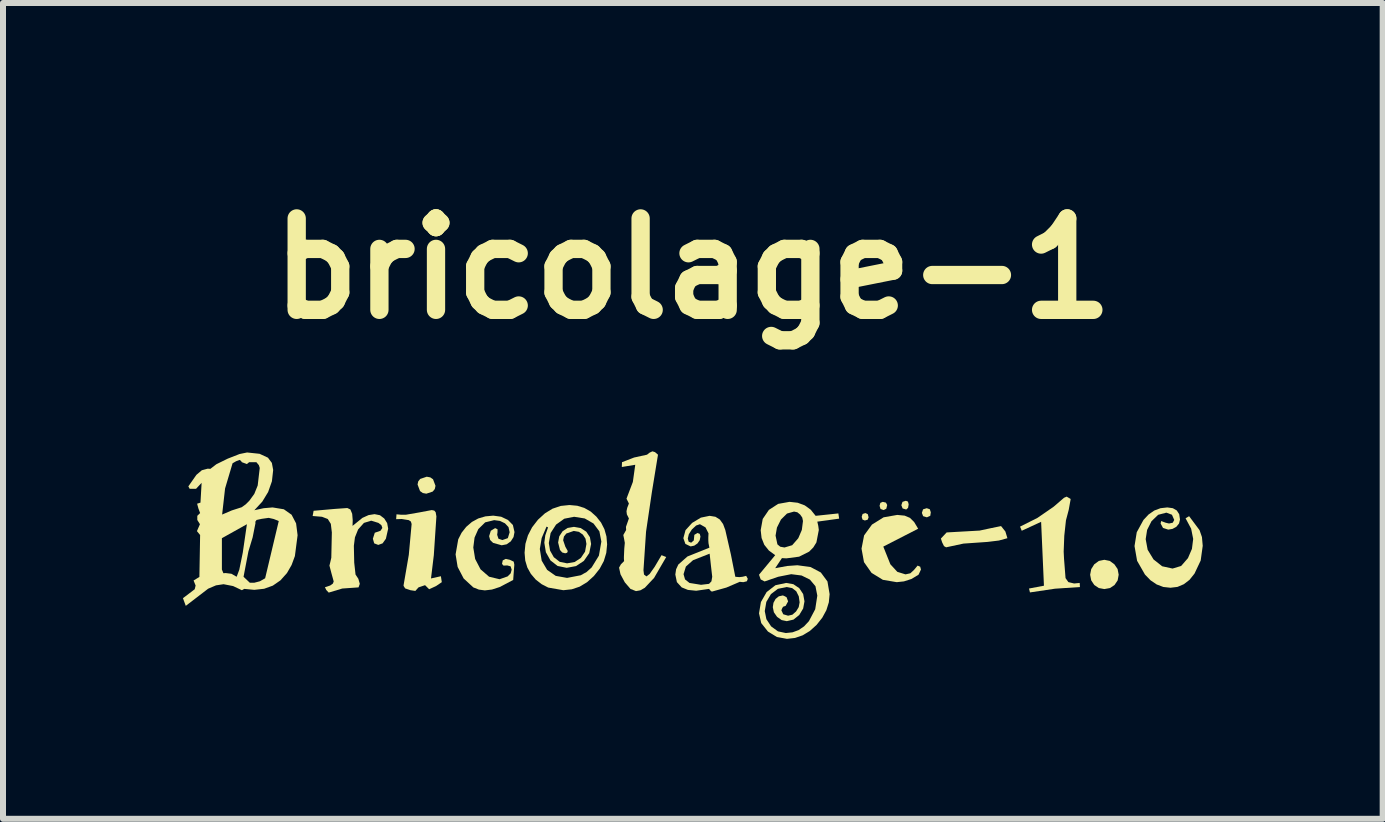
<source format=kicad_pcb>
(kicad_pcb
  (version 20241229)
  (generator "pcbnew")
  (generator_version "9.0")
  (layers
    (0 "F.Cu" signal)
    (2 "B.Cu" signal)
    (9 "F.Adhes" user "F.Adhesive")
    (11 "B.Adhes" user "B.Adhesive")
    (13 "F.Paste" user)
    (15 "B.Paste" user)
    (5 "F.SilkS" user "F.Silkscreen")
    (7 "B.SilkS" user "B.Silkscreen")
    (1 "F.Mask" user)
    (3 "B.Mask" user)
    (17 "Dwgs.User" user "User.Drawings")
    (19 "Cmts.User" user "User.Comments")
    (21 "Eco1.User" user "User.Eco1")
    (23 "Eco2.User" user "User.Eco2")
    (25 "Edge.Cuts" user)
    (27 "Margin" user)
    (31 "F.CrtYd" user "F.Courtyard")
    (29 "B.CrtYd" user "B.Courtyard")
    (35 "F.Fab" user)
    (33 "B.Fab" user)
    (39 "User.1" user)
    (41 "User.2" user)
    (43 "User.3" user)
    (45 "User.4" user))
  (footprint "bricolage-1"
    (layer "F.Cu")
    (at 8.5 6.037)
    (property "Reference" "bricolage-1" (at 0 -4.611 0) (layer "F.SilkS") (effects (font (size 1.524 1.524) (thickness 0.305))))
    (attr smd)
    (fp_poly (pts (xy 4.511 -0.025) (xy 4.222 0.037) (xy 4.187 0.017) (xy 4.157 -0.043) (xy 4.135 -0.109) (xy 4.231 -0.211) (xy 4.781 -0.242) (xy 4.958 -0.28) (xy 5.138 -0.317) (xy 5.21 -0.227) (xy 5.244 -0.115) (xy 5.102 -0.076) (xy 4.912 -0.053) (xy 4.511 -0.025)) (stroke (width 0) (type solid)) (fill yes) (layer "F.SilkS"))
    (fp_poly (pts (xy 6.86 0.733) (xy 6.768 0.716) (xy 6.692 0.665) (xy 6.641 0.588) (xy 6.623 0.494) (xy 6.641 0.401) (xy 6.692 0.32) (xy 6.768 0.264) (xy 6.86 0.245) (xy 6.951 0.264) (xy 7.027 0.32) (xy 7.081 0.399) (xy 7.099 0.494) (xy 7.082 0.588) (xy 7.03 0.665) (xy 6.954 0.716) (xy 6.86 0.733)) (stroke (width 0) (type solid)) (fill yes) (layer "F.SilkS"))
    (fp_poly (pts (xy 5.62 0.789) (xy 5.604 0.724) (xy 5.853 0.677) (xy 5.806 -0.388) (xy 5.483 -0.239) (xy 5.455 -0.308) (xy 5.744 -0.453) (xy 6.015 -0.64) (xy 6.188 -0.789) (xy 6.232 -0.808) (xy 6.297 -0.77) (xy 6.297 -0.758) (xy 6.266 -0.587) (xy 6.22 -0.413) (xy 6.192 -0.155) (xy 6.182 0.109) (xy 6.188 0.23) (xy 6.198 0.357) (xy 6.213 0.55) (xy 6.26 0.617) (xy 6.356 0.64) (xy 6.449 0.631) (xy 6.453 0.699) (xy 6.036 0.727) (xy 5.62 0.789) (xy 5.62 0.789)) (stroke (width 0) (type solid)) (fill yes) (layer "F.SilkS"))
    (fp_poly (pts (xy -4.443 -0.857) (xy -4.94 -0.513) (xy -4.862 -0.506) (xy -4.784 -0.506) (xy -4.564 -0.544) (xy -4.352 -0.584) (xy -4.31 -0.575) (xy -4.287 -0.547) (xy -4.275 -0.478) (xy -4.318 0.168) (xy -4.365 0.556) (xy -4.2 0.519) (xy -4.185 0.618) (xy -4.281 0.683) (xy -4.396 0.736) (xy -4.396 0.736) (xy -4.464 0.668) (xy -4.573 0.705) (xy -4.626 0.764) (xy -4.707 0.752) (xy -4.796 0.722) (xy -4.822 0.68) (xy -4.822 0.668) (xy -4.735 0.162) (xy -4.688 -0.351) (xy -4.7 -0.392) (xy -4.735 -0.416) (xy -4.853 -0.435) (xy -4.946 -0.432) (xy -4.94 -0.513) (xy -4.443 -0.857) (xy -4.502 -0.868) (xy -4.548 -0.901) (xy -4.589 -1.01) (xy -4.578 -1.062) (xy -4.545 -1.103) (xy -4.436 -1.14) (xy -4.377 -1.129) (xy -4.331 -1.097) (xy -4.29 -0.988) (xy -4.302 -0.934) (xy -4.337 -0.892) (xy -4.443 -0.857)) (stroke (width 0) (type solid)) (fill yes) (layer "F.SilkS"))
    (fp_poly (pts (xy -0.948 0.767) (xy -1.039 0.731) (xy -1.134 0.621) (xy -1.206 0.487) (xy -1.23 0.376) (xy -1.199 0.32) (xy -1.146 0.267) (xy -1.149 0.23) (xy -1.149 0.196) (xy -1.143 0.059) (xy -1.134 -0.037) (xy -1.146 -0.103) (xy -1.159 -0.168) (xy -1.112 -0.252) (xy -1.115 -0.304) (xy -1.066 -0.444) (xy -1.1 -0.513) (xy -1.106 -0.565) (xy -1.094 -0.621) (xy -1.066 -0.693) (xy -1.106 -0.774) (xy -1 -1.053) (xy -0.96 -1.339) (xy -1.184 -1.302) (xy -1.181 -1.382) (xy -0.979 -1.46) (xy -0.764 -1.507) (xy -0.721 -1.541) (xy -0.674 -1.563) (xy -0.631 -1.55) (xy -0.581 -1.507) (xy -0.683 -0.882) (xy -0.78 -0.224) (xy -0.823 0.419) (xy -0.814 0.491) (xy -0.774 0.522) (xy -0.721 0.482) (xy -0.637 0.363) (xy -0.522 0.168) (xy -0.444 0.199) (xy -0.646 0.547) (xy -0.801 0.712) (xy -0.875 0.754) (xy -0.948 0.767) (xy -0.948 0.767)) (stroke (width 0) (type solid)) (fill yes) (layer "F.SilkS"))
    (fp_poly (pts (xy -5.244 -0.003) (xy -5.312 -0.029) (xy -5.334 -0.106) (xy -5.302 -0.206) (xy -5.207 -0.239) (xy -5.176 -0.286) (xy -5.192 -0.332) (xy -5.241 -0.37) (xy -5.362 -0.407) (xy -5.483 -0.37) (xy -5.58 -0.261) (xy -5.633 -0.129) (xy -5.651 0.012) (xy -5.645 0.292) (xy -5.623 0.491) (xy -5.576 0.562) (xy -5.552 0.646) (xy -5.573 0.705) (xy -5.844 0.724) (xy -6.07 0.792) (xy -6.111 0.749) (xy -6.133 0.702) (xy -6.046 0.674) (xy -6.001 0.642) (xy -5.987 0.606) (xy -6.024 0.472) (xy -6.058 0.342) (xy -6.042 0.276) (xy -6.027 0.211) (xy -6.018 -0.211) (xy -6.035 -0.354) (xy -6.086 -0.435) (xy -6.182 -0.472) (xy -6.338 -0.485) (xy -6.322 -0.572) (xy -5.971 -0.603) (xy -5.76 -0.618) (xy -5.709 -0.594) (xy -5.679 -0.522) (xy -5.67 -0.413) (xy -5.673 -0.32) (xy -5.508 -0.454) (xy -5.406 -0.5) (xy -5.306 -0.516) (xy -5.216 -0.498) (xy -5.145 -0.444) (xy -5.096 -0.367) (xy -5.079 -0.273) (xy -5.117 -0.106) (xy -5.172 -0.029) (xy -5.244 -0.003) (xy -5.244 -0.003)) (stroke (width 0) (type solid)) (fill yes) (layer "F.SilkS"))
    (fp_poly (pts (xy 7.962 0.711) (xy 7.843 0.698) (xy 7.732 0.656) (xy 7.63 0.587) (xy 7.537 0.491) (xy 7.406 0.262) (xy 7.363 0.016) (xy 7.4 -0.214) (xy 7.512 -0.419) (xy 7.597 -0.51) (xy 7.692 -0.576) (xy 7.796 -0.615) (xy 7.91 -0.628) (xy 8.002 -0.615) (xy 8.068 -0.577) (xy 8.108 -0.514) (xy 8.121 -0.426) (xy 8.105 -0.36) (xy 8.059 -0.304) (xy 7.996 -0.27) (xy 7.925 -0.258) (xy 7.838 -0.286) (xy 7.798 -0.36) (xy 7.807 -0.401) (xy 7.882 -0.373) (xy 7.938 -0.36) (xy 8 -0.373) (xy 8.025 -0.419) (xy 7.987 -0.506) (xy 7.894 -0.541) (xy 7.757 -0.505) (xy 7.646 -0.398) (xy 7.573 -0.253) (xy 7.549 -0.099) (xy 7.582 0.078) (xy 7.68 0.239) (xy 7.824 0.353) (xy 7.997 0.391) (xy 8.14 0.348) (xy 8.254 0.217) (xy 8.32 0.063) (xy 8.341 -0.103) (xy 8.307 -0.273) (xy 8.214 -0.447) (xy 8.273 -0.482) (xy 8.447 -0.249) (xy 8.487 -0.134) (xy 8.5 0.012) (xy 8.466 0.257) (xy 8.363 0.475) (xy 8.28 0.579) (xy 8.185 0.652) (xy 8.079 0.697) (xy 7.962 0.711) (xy 7.962 0.711)) (stroke (width 0) (type solid)) (fill yes) (layer "F.SilkS"))
    (fp_poly (pts (xy -3.187 0.003) (xy -3.33 -0.037) (xy -3.379 -0.085) (xy -3.396 -0.149) (xy -3.368 -0.239) (xy -3.296 -0.283) (xy -3.256 -0.264) (xy -3.256 -0.217) (xy -3.262 -0.171) (xy -3.24 -0.106) (xy -3.175 -0.084) (xy -3.084 -0.116) (xy -3.054 -0.214) (xy -3.073 -0.3) (xy -3.132 -0.363) (xy -3.215 -0.403) (xy -3.312 -0.416) (xy -3.462 -0.379) (xy -3.576 -0.267) (xy -3.639 -0.125) (xy -3.66 0.04) (xy -3.629 0.231) (xy -3.539 0.404) (xy -3.397 0.527) (xy -3.222 0.569) (xy -3.088 0.522) (xy -3.037 0.471) (xy -3.02 0.41) (xy -3.038 0.354) (xy -3.094 0.339) (xy -3.156 0.342) (xy -3.181 0.314) (xy -3.169 0.255) (xy -3.119 0.23) (xy -3.051 0.245) (xy -2.986 0.276) (xy -2.976 0.326) (xy -2.995 0.581) (xy -3.219 0.699) (xy -3.349 0.741) (xy -3.467 0.755) (xy -3.567 0.742) (xy -3.66 0.705) (xy -3.821 0.556) (xy -3.921 0.364) (xy -3.955 0.155) (xy -3.911 -0.096) (xy -3.855 -0.206) (xy -3.778 -0.304) (xy -3.683 -0.386) (xy -3.577 -0.444) (xy -3.458 -0.479) (xy -3.327 -0.491) (xy -3.196 -0.473) (xy -3.082 -0.419) (xy -3 -0.335) (xy -2.973 -0.217) (xy -2.989 -0.134) (xy -3.035 -0.062) (xy -3.104 -0.013) (xy -3.187 0.003) (xy -3.187 0.003)) (stroke (width 0) (type solid)) (fill yes) (layer "F.SilkS"))
    (fp_poly (pts (xy 0.783 0.612) (xy 0.137 0.662) (xy 0.27 0.646) (xy 0.31 0.604) (xy 0.323 0.528) (xy 0.301 0.336) (xy 0.28 0.143) (xy 0.28 0.143) (xy 0.003 0.252) (xy -0.116 0.358) (xy -0.155 0.485) (xy -0.13 0.572) (xy -0.056 0.631) (xy 0.137 0.662) (xy 0.783 0.612) (xy 0.559 0.708) (xy 0.323 0.774) (xy 0.304 0.77) (xy 0.27 0.73) (xy 0.056 0.761) (xy -0.082 0.747) (xy -0.186 0.705) (xy -0.266 0.617) (xy -0.292 0.491) (xy -0.279 0.403) (xy -0.242 0.324) (xy -0.09 0.19) (xy 0.276 0.043) (xy 0.261 -0.031) (xy 0.258 -0.078) (xy 0.258 -0.127) (xy 0.261 -0.196) (xy 0.211 -0.295) (xy 0.118 -0.348) (xy 0.054 -0.326) (xy -0.016 -0.261) (xy -0.067 -0.181) (xy -0.084 -0.109) (xy -0.07 -0.057) (xy -0.028 -0.04) (xy 0.016 -0.078) (xy 0.025 -0.171) (xy 0.078 -0.202) (xy 0.115 -0.187) (xy 0.127 -0.143) (xy 0.115 -0.082) (xy 0.078 -0.028) (xy 0.024 0.009) (xy -0.037 0.022) (xy -0.124 -0.019) (xy -0.158 -0.115) (xy -0.122 -0.249) (xy -0.012 -0.37) (xy 0.134 -0.458) (xy 0.28 -0.488) (xy 0.377 -0.472) (xy 0.45 -0.426) (xy 0.504 -0.351) (xy 0.541 -0.252) (xy 0.634 0.155) (xy 0.708 0.528) (xy 0.774 0.534) (xy 0.829 0.528) (xy 0.889 0.513) (xy 0.916 0.562) (xy 0.901 0.603) (xy 0.842 0.618) (xy 0.808 0.615) (xy 0.783 0.612) (xy 0.783 0.612)) (stroke (width 0) (type solid)) (fill yes) (layer "F.SilkS"))
    (fp_poly (pts (xy 3.902 -0.463) (xy 3.619 -0.454) (xy 3.689 -0.385) (xy 3.756 -0.273) (xy 3.175 0.025) (xy 3.293 0.32) (xy 3.409 0.446) (xy 3.545 0.488) (xy 3.626 0.47) (xy 3.685 0.416) (xy 3.747 0.342) (xy 3.79 0.36) (xy 3.803 0.407) (xy 3.763 0.493) (xy 3.644 0.565) (xy 3.519 0.605) (xy 3.399 0.618) (xy 3.399 0.618) (xy 3.168 0.579) (xy 2.979 0.463) (xy 2.853 0.284) (xy 2.812 0.059) (xy 2.855 -0.162) (xy 2.986 -0.342) (xy 3.18 -0.463) (xy 3.408 -0.503) (xy 3.531 -0.491) (xy 3.619 -0.454) (xy 3.902 -0.463) (xy 3.839 -0.482) (xy 3.557 -0.593) (xy 3.497 -0.611) (xy 3.476 -0.665) (xy 3.495 -0.721) (xy 3.551 -0.739) (xy 3.586 -0.725) (xy 3.598 -0.68) (xy 3.588 -0.621) (xy 3.557 -0.593) (xy 3.557 -0.593) (xy 3.839 -0.482) (xy 3.219 -0.708) (xy 3.24 -0.668) (xy 3.225 -0.606) (xy 3.178 -0.584) (xy 3.178 -0.584) (xy 3.129 -0.602) (xy 3.113 -0.655) (xy 3.126 -0.704) (xy 3.166 -0.721) (xy 3.219 -0.708) (xy 3.839 -0.482) (xy 2.877 -0.534) (xy 2.916 -0.516) (xy 2.93 -0.463) (xy 2.914 -0.423) (xy 2.867 -0.41) (xy 2.828 -0.426) (xy 2.815 -0.472) (xy 2.83 -0.519) (xy 2.877 -0.534) (xy 3.839 -0.482) (xy 3.818 -0.537) (xy 3.838 -0.596) (xy 3.899 -0.615) (xy 3.95 -0.598) (xy 3.967 -0.547) (xy 3.958 -0.488) (xy 3.902 -0.463) (xy 3.902 -0.463)) (stroke (width 0) (type solid)) (fill yes) (layer "F.SilkS"))
    (fp_poly (pts (xy -2.159 0.752) (xy -2.429 0.413) (xy -2.286 0.513) (xy -2.097 0.547) (xy -1.869 0.503) (xy -1.772 0.449) (xy -1.687 0.373) (xy -1.566 0.176) (xy -1.525 -0.059) (xy -1.558 -0.229) (xy -1.656 -0.36) (xy -1.802 -0.444) (xy -1.979 -0.472) (xy -1.979 -0.472) (xy -2.143 -0.44) (xy -2.28 -0.342) (xy -2.371 -0.201) (xy -2.401 -0.034) (xy -2.38 0.092) (xy -2.318 0.202) (xy -2.219 0.279) (xy -2.097 0.304) (xy -1.97 0.282) (xy -1.867 0.214) (xy -1.797 0.11) (xy -1.774 -0.019) (xy -1.789 -0.106) (xy -1.833 -0.174) (xy -1.899 -0.221) (xy -1.985 -0.236) (xy -2.109 -0.193) (xy -2.149 -0.143) (xy -2.162 -0.081) (xy -2.125 0.028) (xy -2.085 0.099) (xy -2.095 0.127) (xy -2.128 0.137) (xy -2.178 0.123) (xy -2.215 0.081) (xy -2.246 -0.043) (xy -2.227 -0.146) (xy -2.172 -0.23) (xy -2.087 -0.286) (xy -1.982 -0.304) (xy -1.869 -0.284) (xy -1.777 -0.224) (xy -1.716 -0.132) (xy -1.696 -0.019) (xy -1.727 0.134) (xy -1.817 0.264) (xy -1.948 0.35) (xy -2.103 0.379) (xy -2.255 0.348) (xy -2.374 0.255) (xy -2.45 0.119) (xy -2.476 -0.04) (xy -2.46 -0.162) (xy -2.414 -0.295) (xy -2.439 -0.308) (xy -2.52 -0.118) (xy -2.551 0.065) (xy -2.52 0.259) (xy -2.429 0.413) (xy -2.159 0.752) (xy -2.411 0.708) (xy -2.52 0.652) (xy -2.619 0.575) (xy -2.7 0.48) (xy -2.759 0.374) (xy -2.794 0.257) (xy -2.805 0.127) (xy -2.791 -0.021) (xy -2.749 -0.162) (xy -2.68 -0.296) (xy -2.582 -0.423) (xy -2.465 -0.53) (xy -2.339 -0.607) (xy -2.202 -0.653) (xy -2.057 -0.668) (xy -1.927 -0.656) (xy -1.81 -0.62) (xy -1.704 -0.56) (xy -1.609 -0.475) (xy -1.53 -0.375) (xy -1.474 -0.265) (xy -1.44 -0.144) (xy -1.429 -0.012) (xy -1.443 0.13) (xy -1.484 0.266) (xy -1.553 0.394) (xy -1.65 0.516) (xy -1.764 0.619) (xy -1.887 0.693) (xy -2.019 0.737) (xy -2.159 0.752)) (stroke (width 0) (type solid)) (fill yes) (layer "F.SilkS"))
    (fp_poly (pts (xy -7.478 0.73) (xy -7.49 0.528) (xy -7.385 0.628) (xy -7.313 0.628) (xy -7.217 0.603) (xy -7.13 0.553) (xy -6.903 -0.401) (xy -6.987 -0.435) (xy -7.071 -0.454) (xy -7.071 -0.454) (xy -7.186 -0.438) (xy -7.273 -0.419) (xy -7.294 -0.388) (xy -7.291 -0.367) (xy -7.338 -0.13) (xy -7.409 0.106) (xy -7.49 0.528) (xy -7.478 0.73) (xy -7.826 0.469) (xy -7.788 0.466) (xy -7.692 0.478) (xy -7.605 0.528) (xy -7.561 0.411) (xy -7.503 0.127) (xy -7.434 -0.348) (xy -7.851 -0.115) (xy -7.851 -0.115) (xy -7.851 0.407) (xy -7.826 0.469) (xy -7.478 0.73) (xy -7.518 0.752) (xy -7.394 -0.739) (xy -7.311 -0.853) (xy -7.254 -0.994) (xy -7.22 -1.286) (xy -7.235 -1.333) (xy -7.276 -1.382) (xy -7.397 -1.382) (xy -7.434 -1.351) (xy -7.518 -1.382) (xy -7.531 -1.401) (xy -7.555 -1.42) (xy -7.614 -1.398) (xy -7.673 -1.364) (xy -7.798 -0.944) (xy -7.847 -0.509) (xy -7.686 -0.578) (xy -7.521 -0.631) (xy -7.453 -0.68) (xy -7.394 -0.739) (xy -7.518 0.752) (xy -7.664 0.683) (xy -7.823 0.652) (xy -7.949 0.671) (xy -8.08 0.727) (xy -8.453 1.013) (xy -8.5 0.885) (xy -8.304 0.736) (xy -8.289 0.674) (xy -8.323 0.59) (xy -8.226 0.531) (xy -8.214 -0.168) (xy -8.267 -0.233) (xy -8.217 -0.348) (xy -8.261 -0.419) (xy -8.261 -0.488) (xy -8.214 -0.534) (xy -8.242 -0.609) (xy -8.264 -0.69) (xy -8.208 -0.708) (xy -8.189 -1.038) (xy -8.282 -0.938) (xy -8.388 -0.938) (xy -8.41 -0.979) (xy -8.276 -1.171) (xy -8.185 -1.248) (xy -8.087 -1.274) (xy -8.043 -1.271) (xy -7.943 -1.348) (xy -7.754 -1.441) (xy -7.557 -1.518) (xy -7.431 -1.544) (xy -7.223 -1.522) (xy -7.083 -1.457) (xy -7.018 -1.37) (xy -6.996 -1.252) (xy -7.017 -1.064) (xy -7.08 -0.885) (xy -7.178 -0.724) (xy -7.31 -0.581) (xy -7.155 -0.615) (xy -7.006 -0.628) (xy -6.818 -0.597) (xy -6.689 -0.506) (xy -6.614 -0.362) (xy -6.589 -0.165) (xy -6.634 0.183) (xy -6.689 0.332) (xy -6.766 0.466) (xy -6.875 0.588) (xy -7.002 0.676) (xy -7.147 0.728) (xy -7.31 0.746) (xy -7.478 0.73) (xy -7.478 0.73)) (stroke (width 0) (type solid)) (fill yes) (layer "F.SilkS"))
    (fp_poly (pts (xy 2.075 -0.391) (xy 1.656 0.002) (xy 1.758 -0.115) (xy 1.817 -0.253) (xy 1.836 -0.401) (xy 1.824 -0.459) (xy 1.789 -0.509) (xy 1.742 -0.547) (xy 1.687 -0.559) (xy 1.57 -0.526) (xy 1.469 -0.426) (xy 1.402 -0.292) (xy 1.379 -0.158) (xy 1.41 -0.012) (xy 1.457 0.027) (xy 1.528 0.04) (xy 1.656 0.002) (xy 2.075 -0.391) (xy 2.091 -0.32) (xy 2.1 -0.252) (xy 2.06 -0.045) (xy 2.009 0.038) (xy 1.939 0.109) (xy 1.772 0.193) (xy 1.56 0.221) (xy 1.485 0.217) (xy 1.373 0.385) (xy 1.575 0.348) (xy 1.743 0.336) (xy 1.963 0.366) (xy 2.134 0.457) (xy 2.244 0.606) (xy 2.28 0.817) (xy 2.267 0.954) (xy 2.226 1.085) (xy 2.158 1.21) (xy 2.063 1.33) (xy 1.95 1.432) (xy 1.831 1.504) (xy 1.703 1.548) (xy 1.569 1.563) (xy 1.401 1.532) (xy 1.252 1.441) (xy 1.14 1.3) (xy 1.103 1.137) (xy 1.135 0.949) (xy 1.23 0.783) (xy 1.377 0.669) (xy 1.556 0.631) (xy 1.676 0.652) (xy 1.774 0.718) (xy 1.839 0.816) (xy 1.861 0.938) (xy 1.839 1.057) (xy 1.774 1.165) (xy 1.678 1.242) (xy 1.566 1.268) (xy 1.48 1.25) (xy 1.404 1.196) (xy 1.351 1.12) (xy 1.333 1.035) (xy 1.344 0.962) (xy 1.379 0.898) (xy 1.433 0.854) (xy 1.501 0.839) (xy 1.535 0.854) (xy 1.563 0.87) (xy 1.588 0.938) (xy 1.547 1.013) (xy 1.504 1.028) (xy 1.488 1.056) (xy 1.476 1.087) (xy 1.507 1.153) (xy 1.588 1.177) (xy 1.66 1.16) (xy 1.721 1.106) (xy 1.765 1.034) (xy 1.78 0.954) (xy 1.766 0.854) (xy 1.724 0.77) (xy 1.656 0.717) (xy 1.563 0.699) (xy 1.418 0.729) (xy 1.302 0.817) (xy 1.225 0.947) (xy 1.199 1.1) (xy 1.226 1.235) (xy 1.305 1.355) (xy 1.419 1.438) (xy 1.55 1.466) (xy 1.662 1.454) (xy 1.763 1.417) (xy 1.854 1.355) (xy 1.935 1.268) (xy 2.04 1.069) (xy 2.075 0.842) (xy 2.044 0.685) (xy 1.951 0.575) (xy 1.813 0.507) (xy 1.64 0.485) (xy 1.423 0.528) (xy 1.196 0.606) (xy 1.131 0.572) (xy 1.103 0.494) (xy 1.373 0.168) (xy 1.267 0.09) (xy 1.191 -0.005) (xy 1.146 -0.118) (xy 1.131 -0.249) (xy 1.165 -0.436) (xy 1.268 -0.587) (xy 1.422 -0.687) (xy 1.612 -0.721) (xy 1.748 -0.706) (xy 1.866 -0.662) (xy 1.965 -0.59) (xy 2.047 -0.488) (xy 2.426 -0.528) (xy 2.439 -0.441) (xy 2.075 -0.391)) (stroke (width 0) (type solid)) (fill yes) (layer "F.SilkS")))
  (gr_rect
    (start -3 -3)
    (end 20 10.6)
    (stroke (width 0.1) (type default))
    (fill no)
    (layer "Edge.Cuts")))
</source>
